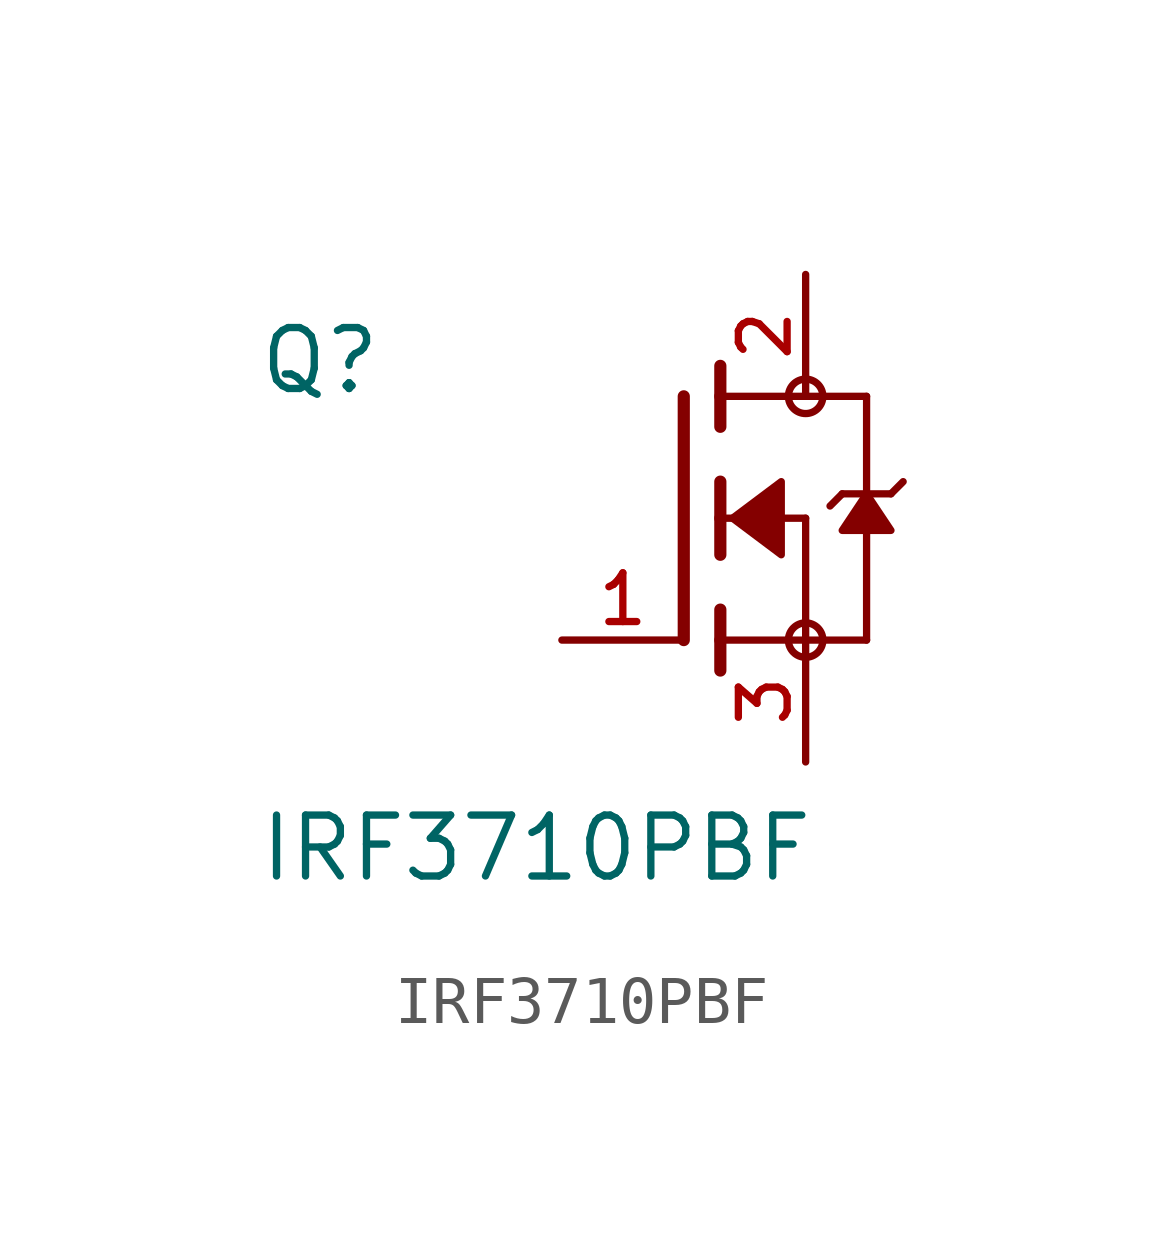
<source format=kicad_sym>
(kicad_symbol_lib
  (version 20211014)
  (generator kicad_symbol_editor)
  (symbol "IRF3710PBF"
    (pin_names
      (offset 1.016))
    (property "Reference" "Q"
      (at -8.89 2.54 0)
      (effects (font (size 1.27 1.27)) (justify bottom left)))
    (property "Value" "IRF3710PBF"
      (at -8.89 -7.62 0)
      (effects (font (size 1.27 1.27)) (justify bottom left)))
    (symbol "IRF3710PBF_0_0"
      (polyline (pts (xy 0.762 0.762) (xy 0.762 0.0)) (stroke (width 0.254)))
      (polyline (pts (xy 0.762 0.0) (xy 0.762 -0.762)) (stroke (width 0.254)))
      (polyline (pts (xy 0.762 3.175) (xy 0.762 2.54)) (stroke (width 0.254)))
      (polyline (pts (xy 0.762 2.54) (xy 0.762 1.905)) (stroke (width 0.254)))
      (polyline (pts (xy 0.762 0.0) (xy 2.54 0.0)) (stroke (width 0.152)))
      (polyline (pts (xy 2.54 0.0) (xy 2.54 -2.54)) (stroke (width 0.152)))
      (polyline (pts (xy 0.762 -1.905) (xy 0.762 -2.54)) (stroke (width 0.254)))
      (polyline (pts (xy 0.762 -2.54) (xy 0.762 -3.175)) (stroke (width 0.254)))
      (polyline (pts (xy 0.0 2.54) (xy 0.0 -2.54)) (stroke (width 0.254)))
      (polyline (pts (xy 2.54 -2.54) (xy 0.762 -2.54)) (stroke (width 0.152)))
      (polyline (pts (xy 3.81 2.54) (xy 3.81 0.508)) (stroke (width 0.152)))
      (polyline (pts (xy 3.81 0.508) (xy 3.81 -2.54)) (stroke (width 0.152)))
      (polyline (pts (xy 2.54 -2.54) (xy 3.81 -2.54)) (stroke (width 0.152)))
      (polyline (pts (xy 0.762 2.54) (xy 3.81 2.54)) (stroke (width 0.152)))
      (polyline (pts (xy 4.572 0.762) (xy 4.318 0.508)) (stroke (width 0.152)))
      (polyline (pts (xy 4.318 0.508) (xy 3.81 0.508)) (stroke (width 0.152)))
      (polyline (pts (xy 3.81 0.508) (xy 3.302 0.508)) (stroke (width 0.152)))
      (polyline (pts (xy 3.302 0.508) (xy 3.048 0.254)) (stroke (width 0.152)))
      (circle (center 2.54 -2.54) (radius 0.359) (stroke (width 0.0)) (fill (type none)))
      (circle (center 2.54 2.54) (radius 0.359) (stroke (width 0.0)) (fill (type none)))
      (polyline (pts (xy 3.81 0.508) (xy 3.302 -0.254) (xy 4.318 -0.254) (xy 3.81 0.508)) (stroke (width 0.152)) (fill (type outline)))
      (polyline (pts (xy 1.016 0.0) (xy 2.032 0.762) (xy 2.032 -0.762) (xy 1.016 0.0)) (stroke (width 0.152)) (fill (type outline)))
      (pin passive line (at 2.54 -5.08 90.0) (length 2.54) (name "~" (effects (font (size 1.016 1.016)))) (number "3" (effects (font (size 1.016 1.016)))))
      (pin passive line (at -2.54 -2.54 0) (length 2.54) (name "~" (effects (font (size 1.016 1.016)))) (number "1" (effects (font (size 1.016 1.016)))))
      (pin passive line (at 2.54 5.08 270.0) (length 2.54) (name "~" (effects (font (size 1.016 1.016)))) (number "2" (effects (font (size 1.016 1.016))))))))
</source>
